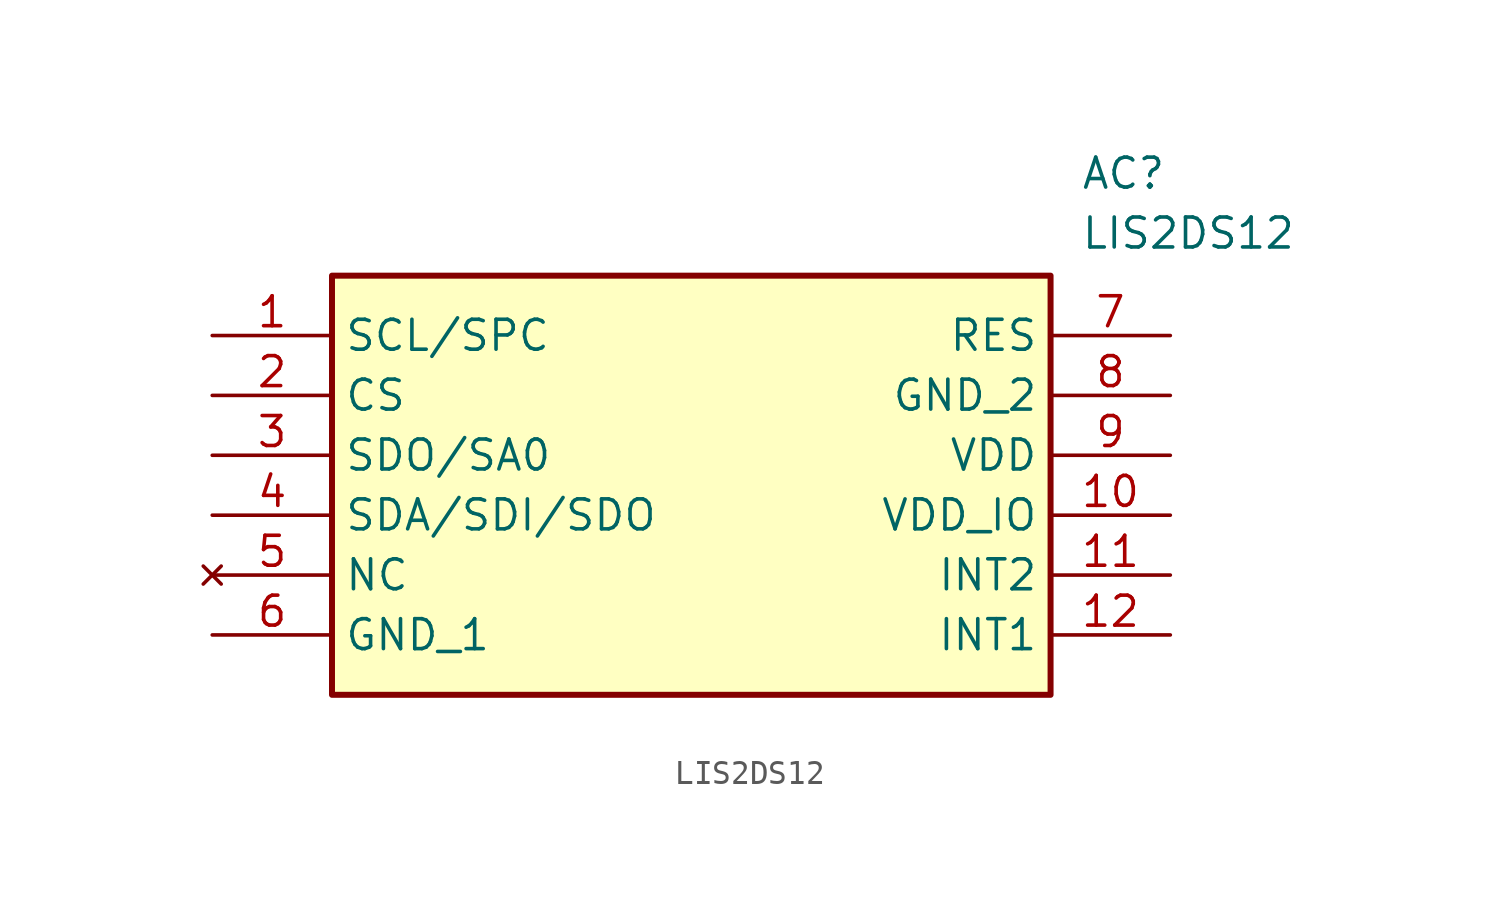
<source format=kicad_sym>
(kicad_symbol_lib
  (version 20211014)
  (generator SamacSys_ECAD_Model)
  (symbol "LIS2DS12"
    (property "Reference" "AC"
      (at 36.83 7.62 0)
      (effects (font (size 1.27 1.27)) (justify left top)))
    (property "Value" "LIS2DS12"
      (at 36.83 5.08 0)
      (effects (font (size 1.27 1.27)) (justify left top)))
    (rectangle
      (start 5.08 2.54)
      (end 35.56 -15.24)
      (stroke (width 0.254) (type default))
      (fill (type background)))
    (pin passive line
      (at 0 0 0)
      (length 5.08)
      (name "SCL/SPC" (effects (font (size 1.27 1.27))))
      (number "1" (effects (font (size 1.27 1.27)))))
    (pin passive line
      (at 0 -2.54 0)
      (length 5.08)
      (name "CS" (effects (font (size 1.27 1.27))))
      (number "2" (effects (font (size 1.27 1.27)))))
    (pin passive line
      (at 0 -5.08 0)
      (length 5.08)
      (name "SDO/SA0" (effects (font (size 1.27 1.27))))
      (number "3" (effects (font (size 1.27 1.27)))))
    (pin passive line
      (at 0 -7.62 0)
      (length 5.08)
      (name "SDA/SDI/SDO" (effects (font (size 1.27 1.27))))
      (number "4" (effects (font (size 1.27 1.27)))))
    (pin no_connect line
      (at 0 -10.16 0)
      (length 5.08)
      (name "NC" (effects (font (size 1.27 1.27))))
      (number "5" (effects (font (size 1.27 1.27)))))
    (pin passive line
      (at 0 -12.7 0)
      (length 5.08)
      (name "GND_1" (effects (font (size 1.27 1.27))))
      (number "6" (effects (font (size 1.27 1.27)))))
    (pin passive line
      (at 40.64 0 180)
      (length 5.08)
      (name "RES" (effects (font (size 1.27 1.27))))
      (number "7" (effects (font (size 1.27 1.27)))))
    (pin passive line
      (at 40.64 -2.54 180)
      (length 5.08)
      (name "GND_2" (effects (font (size 1.27 1.27))))
      (number "8" (effects (font (size 1.27 1.27)))))
    (pin passive line
      (at 40.64 -5.08 180)
      (length 5.08)
      (name "VDD" (effects (font (size 1.27 1.27))))
      (number "9" (effects (font (size 1.27 1.27)))))
    (pin passive line
      (at 40.64 -7.62 180)
      (length 5.08)
      (name "VDD_IO" (effects (font (size 1.27 1.27))))
      (number "10" (effects (font (size 1.27 1.27)))))
    (pin passive line
      (at 40.64 -10.16 180)
      (length 5.08)
      (name "INT2" (effects (font (size 1.27 1.27))))
      (number "11" (effects (font (size 1.27 1.27)))))
    (pin passive line
      (at 40.64 -12.7 180)
      (length 5.08)
      (name "INT1" (effects (font (size 1.27 1.27))))
      (number "12" (effects (font (size 1.27 1.27)))))))
</source>
